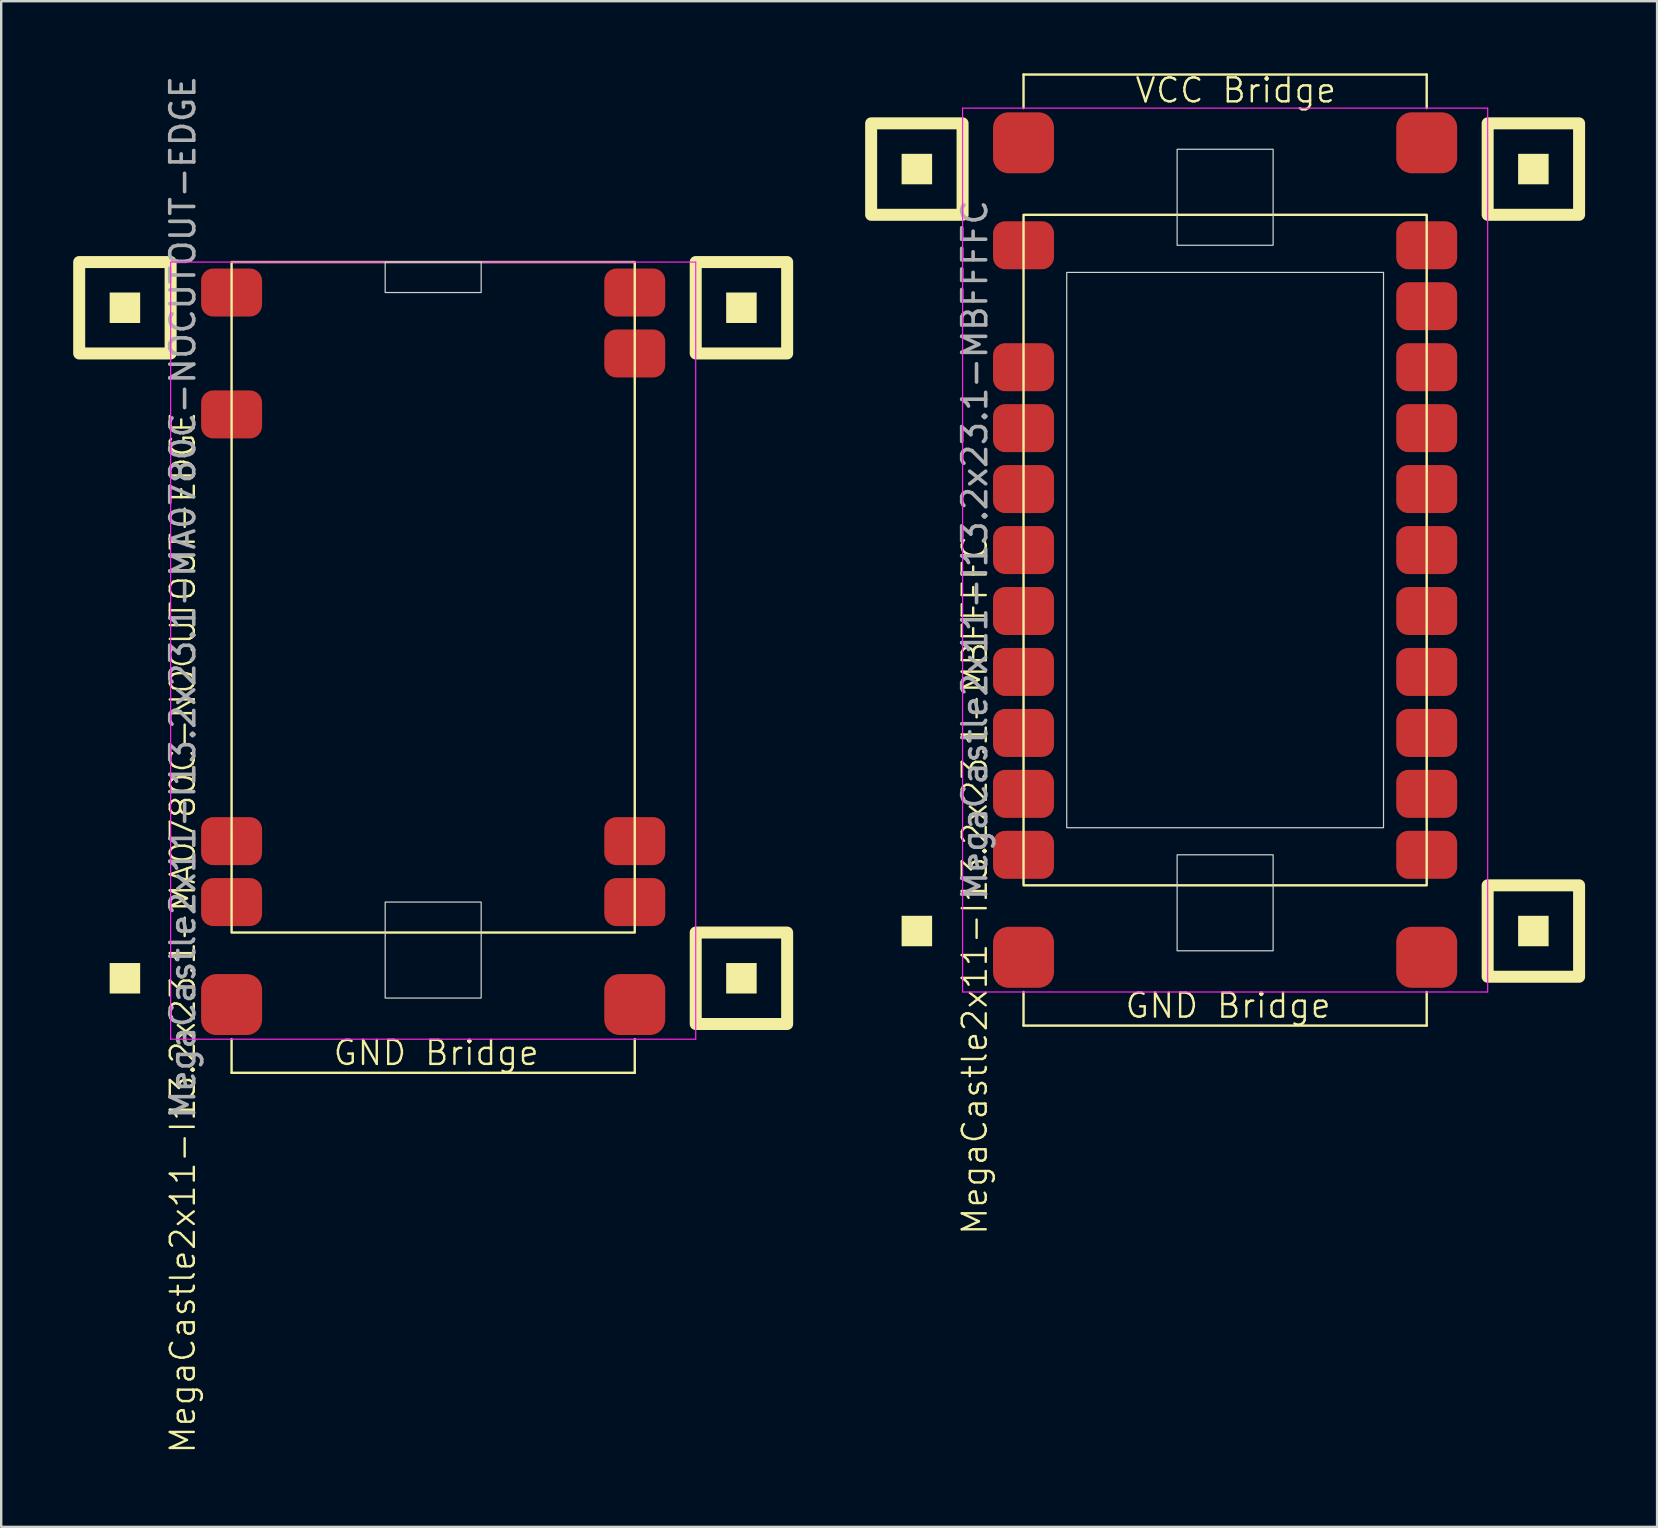
<source format=kicad_pcb>
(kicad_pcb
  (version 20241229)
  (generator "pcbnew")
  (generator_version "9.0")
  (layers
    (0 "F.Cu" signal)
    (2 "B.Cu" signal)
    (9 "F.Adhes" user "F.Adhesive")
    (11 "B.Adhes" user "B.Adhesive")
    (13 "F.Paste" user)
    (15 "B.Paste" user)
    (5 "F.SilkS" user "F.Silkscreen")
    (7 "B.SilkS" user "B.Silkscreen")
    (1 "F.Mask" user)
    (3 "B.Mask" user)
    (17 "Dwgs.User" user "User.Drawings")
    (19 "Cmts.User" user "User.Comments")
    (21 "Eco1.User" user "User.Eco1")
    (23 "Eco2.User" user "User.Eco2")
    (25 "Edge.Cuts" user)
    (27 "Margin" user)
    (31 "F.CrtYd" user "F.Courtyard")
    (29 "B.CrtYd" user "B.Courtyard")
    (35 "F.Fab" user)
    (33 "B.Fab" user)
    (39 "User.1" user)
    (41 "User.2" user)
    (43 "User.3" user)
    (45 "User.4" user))
  (footprint "MegaCastle2x11-I13.2x23.1-MA0780C-NOCUTOUT-EDGE"
    (layer "F.Cu")
    (at 15 21.839)
    (property "Reference" "MegaCastle2x11-I13.2x23.1-MA0780C-NOCUTOUT-EDGE" (at -10.432 13.97 90) (unlocked yes) (layer "F.SilkS") (effects (font (size 1 1) (thickness 0.1))))
    (attr smd)
    (fp_line (start -8.4 18.415) (end -8.4 19.815) (stroke (width 0.1) (type default)) (layer "F.SilkS"))
    (fp_line (start -8.4 19.815) (end 8.4 19.815) (stroke (width 0.1) (type default)) (layer "F.SilkS"))
    (fp_line (start 8.4 18.415) (end 8.4 19.815) (stroke (width 0.1) (type default)) (layer "F.SilkS"))
    (fp_rect (start -12.21 -11.43) (end -13.48 -12.7) (stroke (width 0) (type solid)) (fill yes) (layer "F.SilkS"))
    (fp_rect (start -12.21 16.51) (end -13.48 15.24) (stroke (width 0) (type solid)) (fill yes) (layer "F.SilkS"))
    (fp_rect (start -10.94 -10.16) (end -14.75 -13.97) (stroke (width 0.5) (type default)) (fill no) (layer "F.SilkS"))
    (fp_rect (start -8.4 -13.97) (end 8.4 13.97) (stroke (width 0.1) (type default)) (fill no) (layer "F.SilkS"))
    (fp_rect (start 13.48 -11.43) (end 12.21 -12.7) (stroke (width 0) (type solid)) (fill yes) (layer "F.SilkS"))
    (fp_rect (start 13.48 16.51) (end 12.21 15.24) (stroke (width 0) (type solid)) (fill yes) (layer "F.SilkS"))
    (fp_rect (start 14.75 -10.16) (end 10.94 -13.97) (stroke (width 0.5) (type default)) (fill no) (layer "F.SilkS"))
    (fp_rect (start 14.75 17.78) (end 10.94 13.97) (stroke (width 0.5) (type default)) (fill no) (layer "F.SilkS"))
    (fp_rect (start -2 -12.7) (end 2 -13.97) (stroke (width 0.05) (type default)) (fill no) (layer "Edge.Cuts"))
    (fp_rect (start -2 12.7) (end 2 16.7) (stroke (width 0.05) (type default)) (fill no) (layer "Edge.Cuts"))
    (fp_line (start -10.94 -13.97) (end -10.94 18.415) (stroke (width 0.05) (type default)) (layer "F.CrtYd"))
    (fp_line (start -10.94 18.415) (end 10.94 18.415) (stroke (width 0.05) (type default)) (layer "F.CrtYd"))
    (fp_line (start 10.94 -13.97) (end -10.94 -13.97) (stroke (width 0.05) (type default)) (layer "F.CrtYd"))
    (fp_line (start 10.94 -13.97) (end 10.94 18.415) (stroke (width 0.05) (type default)) (layer "F.CrtYd"))
    (fp_text user "GND Bridge" (at -4.226 19.57 0) (unlocked yes) (layer "F.SilkS") (effects (font (size 1 1) (thickness 0.1)) (justify left bottom)))
    (fp_text user "${REFERENCE}" (at -10.432 0 90) (unlocked yes) (layer "F.Fab") (effects (font (size 1 1) (thickness 0.15))))
    (pad "1" smd roundrect (at -8.4 -12.7) (size 2.54 2) (layers "F.Cu" "F.Mask" "F.Paste") (roundrect_rratio 0.25))
    (pad "3" smd roundrect (at -8.4 -7.62) (size 2.54 2) (layers "F.Cu" "F.Mask" "F.Paste") (roundrect_rratio 0.25))
    (pad "10" smd roundrect (at -8.4 10.16) (size 2.54 2) (layers "F.Cu" "F.Mask" "F.Paste") (roundrect_rratio 0.25))
    (pad "11" smd roundrect (at -8.4 12.7) (size 2.54 2) (layers "F.Cu" "F.Mask" "F.Paste") (roundrect_rratio 0.25))
    (pad "12" smd roundrect (at 8.4 -12.7) (size 2.54 2) (layers "F.Cu" "F.Mask" "F.Paste") (roundrect_rratio 0.25))
    (pad "13" smd roundrect (at 8.4 -10.16) (size 2.54 2) (layers "F.Cu" "F.Mask" "F.Paste") (roundrect_rratio 0.25))
    (pad "21" smd roundrect (at 8.4 10.16) (size 2.54 2) (layers "F.Cu" "F.Mask" "F.Paste") (roundrect_rratio 0.25))
    (pad "22" smd roundrect (at 8.4 12.7) (size 2.54 2) (layers "F.Cu" "F.Mask" "F.Paste") (roundrect_rratio 0.25))
    (pad "B1" smd roundrect (at -8.4 16.97) (size 2.54 2.54) (layers "F.Cu" "F.Mask" "F.Paste") (roundrect_rratio 0.25))
    (pad "B2" smd roundrect (at 8.4 16.97) (size 2.54 2.54) (layers "F.Cu" "F.Mask" "F.Paste") (roundrect_rratio 0.25)))
  (footprint "MegaCastle2x11-I13.2x23.1-MBFFFFC"
    (layer "F.Cu")
    (at 48 19.87)
    (property "Reference" "MegaCastle2x11-I13.2x23.1-MBFFFFC" (at -10.432 13.97 90) (unlocked yes) (layer "F.SilkS") (effects (font (size 1 1) (thickness 0.1))))
    (attr smd)
    (fp_line (start -8.4 -19.815) (end 8.4 -19.815) (stroke (width 0.1) (type default)) (layer "F.SilkS"))
    (fp_line (start -8.4 -18.415) (end -8.4 -19.815) (stroke (width 0.1) (type default)) (layer "F.SilkS"))
    (fp_line (start -8.4 18.415) (end -8.4 19.815) (stroke (width 0.1) (type default)) (layer "F.SilkS"))
    (fp_line (start -8.4 19.815) (end 8.4 19.815) (stroke (width 0.1) (type default)) (layer "F.SilkS"))
    (fp_line (start 8.4 -18.415) (end 8.4 -19.815) (stroke (width 0.1) (type default)) (layer "F.SilkS"))
    (fp_line (start 8.4 18.415) (end 8.4 19.815) (stroke (width 0.1) (type default)) (layer "F.SilkS"))
    (fp_rect (start -12.21 -15.24) (end -13.48 -16.51) (stroke (width 0) (type solid)) (fill yes) (layer "F.SilkS"))
    (fp_rect (start -12.21 16.51) (end -13.48 15.24) (stroke (width 0) (type solid)) (fill yes) (layer "F.SilkS"))
    (fp_rect (start -10.94 -13.97) (end -14.75 -17.78) (stroke (width 0.5) (type default)) (fill no) (layer "F.SilkS"))
    (fp_rect (start -8.4 -13.97) (end 8.4 13.97) (stroke (width 0.1) (type default)) (fill no) (layer "F.SilkS"))
    (fp_rect (start 13.48 -15.24) (end 12.21 -16.51) (stroke (width 0) (type solid)) (fill yes) (layer "F.SilkS"))
    (fp_rect (start 13.48 16.51) (end 12.21 15.24) (stroke (width 0) (type solid)) (fill yes) (layer "F.SilkS"))
    (fp_rect (start 14.75 -13.97) (end 10.94 -17.78) (stroke (width 0.5) (type default)) (fill no) (layer "F.SilkS"))
    (fp_rect (start 14.75 17.78) (end 10.94 13.97) (stroke (width 0.5) (type default)) (fill no) (layer "F.SilkS"))
    (fp_rect (start -6.6 -11.57) (end 6.6 11.57) (stroke (width 0.05) (type default)) (fill no) (layer "Edge.Cuts"))
    (fp_rect (start -2 -12.7) (end 2 -16.7) (stroke (width 0.05) (type default)) (fill no) (layer "Edge.Cuts"))
    (fp_rect (start -2 12.7) (end 2 16.7) (stroke (width 0.05) (type default)) (fill no) (layer "Edge.Cuts"))
    (fp_line (start -10.94 -18.415) (end -10.94 18.415) (stroke (width 0.05) (type default)) (layer "F.CrtYd"))
    (fp_line (start -10.94 18.415) (end 10.94 18.415) (stroke (width 0.05) (type default)) (layer "F.CrtYd"))
    (fp_line (start 10.94 -18.415) (end -10.94 -18.415) (stroke (width 0.05) (type default)) (layer "F.CrtYd"))
    (fp_line (start 10.94 -18.415) (end 10.94 18.415) (stroke (width 0.05) (type default)) (layer "F.CrtYd"))
    (fp_text user "VCC Bridge" (at -3.81 -18.57 0) (unlocked yes) (layer "F.SilkS") (effects (font (size 1 1) (thickness 0.1)) (justify left bottom)))
    (fp_text user "GND Bridge" (at -4.226 19.57 0) (unlocked yes) (layer "F.SilkS") (effects (font (size 1 1) (thickness 0.1)) (justify left bottom)))
    (fp_text user "${REFERENCE}" (at -10.432 0 90) (unlocked yes) (layer "F.Fab") (effects (font (size 1 1) (thickness 0.15))))
    (pad "1" smd roundrect (at -8.4 -12.7) (size 2.54 2) (layers "F.Cu" "F.Mask" "F.Paste") (roundrect_rratio 0.25))
    (pad "3" smd roundrect (at -8.4 -7.62) (size 2.54 2) (layers "F.Cu" "F.Mask" "F.Paste") (roundrect_rratio 0.25))
    (pad "4" smd roundrect (at -8.4 -5.08) (size 2.54 2) (layers "F.Cu" "F.Mask" "F.Paste") (roundrect_rratio 0.25))
    (pad "5" smd roundrect (at -8.4 -2.54) (size 2.54 2) (layers "F.Cu" "F.Mask" "F.Paste") (roundrect_rratio 0.25))
    (pad "6" smd roundrect (at -8.4 0) (size 2.54 2) (layers "F.Cu" "F.Mask" "F.Paste") (roundrect_rratio 0.25))
    (pad "7" smd roundrect (at -8.4 2.54) (size 2.54 2) (layers "F.Cu" "F.Mask" "F.Paste") (roundrect_rratio 0.25))
    (pad "8" smd roundrect (at -8.4 5.08) (size 2.54 2) (layers "F.Cu" "F.Mask" "F.Paste") (roundrect_rratio 0.25))
    (pad "9" smd roundrect (at -8.4 7.62) (size 2.54 2) (layers "F.Cu" "F.Mask" "F.Paste") (roundrect_rratio 0.25))
    (pad "10" smd roundrect (at -8.4 10.16) (size 2.54 2) (layers "F.Cu" "F.Mask" "F.Paste") (roundrect_rratio 0.25))
    (pad "11" smd roundrect (at -8.4 12.7) (size 2.54 2) (layers "F.Cu" "F.Mask" "F.Paste") (roundrect_rratio 0.25))
    (pad "12" smd roundrect (at 8.4 -12.7) (size 2.54 2) (layers "F.Cu" "F.Mask" "F.Paste") (roundrect_rratio 0.25))
    (pad "13" smd roundrect (at 8.4 -10.16) (size 2.54 2) (layers "F.Cu" "F.Mask" "F.Paste") (roundrect_rratio 0.25))
    (pad "14" smd roundrect (at 8.4 -7.62) (size 2.54 2) (layers "F.Cu" "F.Mask" "F.Paste") (roundrect_rratio 0.25))
    (pad "15" smd roundrect (at 8.4 -5.08) (size 2.54 2) (layers "F.Cu" "F.Mask" "F.Paste") (roundrect_rratio 0.25))
    (pad "16" smd roundrect (at 8.4 -2.54) (size 2.54 2) (layers "F.Cu" "F.Mask" "F.Paste") (roundrect_rratio 0.25))
    (pad "17" smd roundrect (at 8.4 0) (size 2.54 2) (layers "F.Cu" "F.Mask" "F.Paste") (roundrect_rratio 0.25))
    (pad "18" smd roundrect (at 8.4 2.54) (size 2.54 2) (layers "F.Cu" "F.Mask" "F.Paste") (roundrect_rratio 0.25))
    (pad "19" smd roundrect (at 8.4 5.08) (size 2.54 2) (layers "F.Cu" "F.Mask" "F.Paste") (roundrect_rratio 0.25))
    (pad "20" smd roundrect (at 8.4 7.62) (size 2.54 2) (layers "F.Cu" "F.Mask" "F.Paste") (roundrect_rratio 0.25))
    (pad "21" smd roundrect (at 8.4 10.16) (size 2.54 2) (layers "F.Cu" "F.Mask" "F.Paste") (roundrect_rratio 0.25))
    (pad "22" smd roundrect (at 8.4 12.7) (size 2.54 2) (layers "F.Cu" "F.Mask" "F.Paste") (roundrect_rratio 0.25))
    (pad "A1" smd roundrect (at -8.4 -16.97) (size 2.54 2.54) (layers "F.Cu" "F.Mask" "F.Paste") (roundrect_rratio 0.25))
    (pad "A2" smd roundrect (at 8.4 -16.97) (size 2.54 2.54) (layers "F.Cu" "F.Mask" "F.Paste") (roundrect_rratio 0.25))
    (pad "B1" smd roundrect (at -8.4 16.97) (size 2.54 2.54) (layers "F.Cu" "F.Mask" "F.Paste") (roundrect_rratio 0.25))
    (pad "B2" smd roundrect (at 8.4 16.97) (size 2.54 2.54) (layers "F.Cu" "F.Mask" "F.Paste") (roundrect_rratio 0.25)))
  (gr_rect
    (start -3 -3)
    (end 66 60.574)
    (stroke (width 0.1) (type default))
    (fill no)
    (layer "Edge.Cuts")))
</source>
